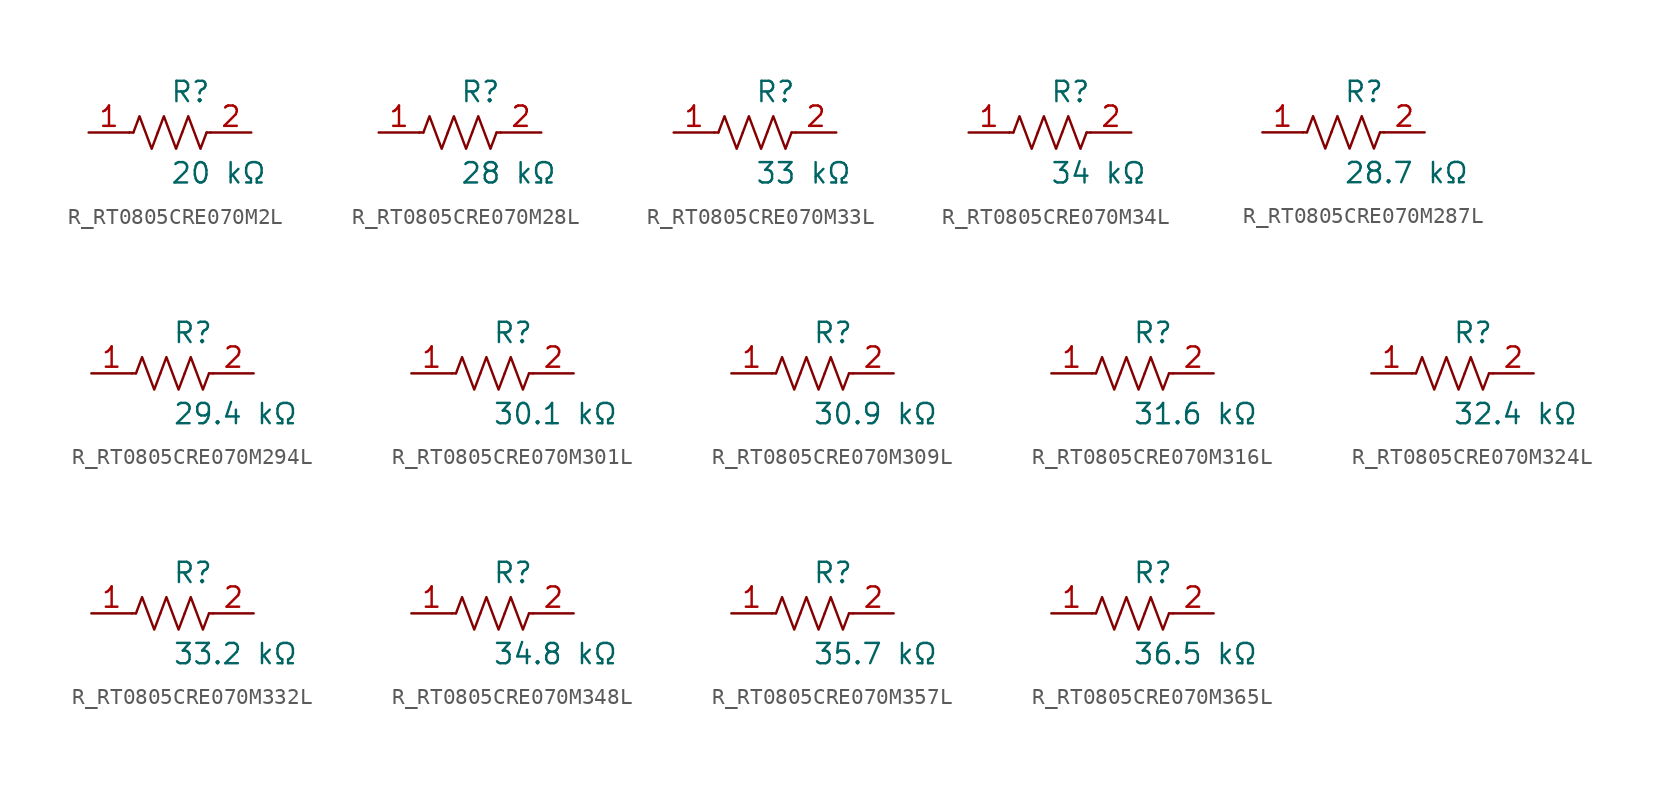
<source format=kicad_sym>
(kicad_symbol_lib
  (version 20231120)
  (generator kicad_symbol_editor)
  (generator_version 8.0)
  (symbol "R_RT0805CRE070M2L"
    (pin_names
      (offset 0.254))
    (property "Reference" "R"
      (at 0.0 2.54 0)
      (effects (font (size 1.27 1.27)) (justify left)))
    (property "Value" "20 kΩ"
      (at 0.0 -2.54 0)
      (effects (font (size 1.27 1.27)) (justify left)))
    (symbol "R_RT0805CRE070M2L_0_1"
      (polyline (pts (xy 2.286 0) (xy 2.54 0)) (stroke (width 0) (type default)) (fill (type none)))
      (polyline (pts (xy -2.286 0) (xy -2.54 0)) (stroke (width 0) (type default)) (fill (type none)))
      (polyline (pts (xy 0.762 0) (xy 1.143 1.016) (xy 1.524 0) (xy 1.905 -1.016) (xy 2.286 0)) (stroke (width 0) (type default)) (fill (type none)))
      (polyline (pts (xy -0.762 0) (xy -0.381 1.016) (xy 0 0) (xy 0.381 -1.016) (xy 0.762 0)) (stroke (width 0) (type default)) (fill (type none)))
      (polyline (pts (xy -2.286 0) (xy -1.905 1.016) (xy -1.524 0) (xy -1.143 -1.016) (xy -0.762 0)) (stroke (width 0) (type default)) (fill (type none))))
    (pin unspecified line
      (at -5.08 0 0)
      (length 2.54)
      (name "" (effects (font (size 1.27 1.27))))
      (number "1" (effects (font (size 1.27 1.27)))))
    (pin unspecified line
      (at 5.08 0 180)
      (length 2.54)
      (name "" (effects (font (size 1.27 1.27))))
      (number "2" (effects (font (size 1.27 1.27))))))
  (symbol "R_RT0805CRE070M28L"
    (pin_names
      (offset 0.254))
    (property "Reference" "R"
      (at 0.0 2.54 0)
      (effects (font (size 1.27 1.27)) (justify left)))
    (property "Value" "28 kΩ"
      (at 0.0 -2.54 0)
      (effects (font (size 1.27 1.27)) (justify left)))
    (symbol "R_RT0805CRE070M28L_0_1"
      (polyline (pts (xy 2.286 0) (xy 2.54 0)) (stroke (width 0) (type default)) (fill (type none)))
      (polyline (pts (xy -2.286 0) (xy -2.54 0)) (stroke (width 0) (type default)) (fill (type none)))
      (polyline (pts (xy 0.762 0) (xy 1.143 1.016) (xy 1.524 0) (xy 1.905 -1.016) (xy 2.286 0)) (stroke (width 0) (type default)) (fill (type none)))
      (polyline (pts (xy -0.762 0) (xy -0.381 1.016) (xy 0 0) (xy 0.381 -1.016) (xy 0.762 0)) (stroke (width 0) (type default)) (fill (type none)))
      (polyline (pts (xy -2.286 0) (xy -1.905 1.016) (xy -1.524 0) (xy -1.143 -1.016) (xy -0.762 0)) (stroke (width 0) (type default)) (fill (type none))))
    (pin unspecified line
      (at -5.08 0 0)
      (length 2.54)
      (name "" (effects (font (size 1.27 1.27))))
      (number "1" (effects (font (size 1.27 1.27)))))
    (pin unspecified line
      (at 5.08 0 180)
      (length 2.54)
      (name "" (effects (font (size 1.27 1.27))))
      (number "2" (effects (font (size 1.27 1.27))))))
  (symbol "R_RT0805CRE070M33L"
    (pin_names
      (offset 0.254))
    (property "Reference" "R"
      (at 0.0 2.54 0)
      (effects (font (size 1.27 1.27)) (justify left)))
    (property "Value" "33 kΩ"
      (at 0.0 -2.54 0)
      (effects (font (size 1.27 1.27)) (justify left)))
    (symbol "R_RT0805CRE070M33L_0_1"
      (polyline (pts (xy 2.286 0) (xy 2.54 0)) (stroke (width 0) (type default)) (fill (type none)))
      (polyline (pts (xy -2.286 0) (xy -2.54 0)) (stroke (width 0) (type default)) (fill (type none)))
      (polyline (pts (xy 0.762 0) (xy 1.143 1.016) (xy 1.524 0) (xy 1.905 -1.016) (xy 2.286 0)) (stroke (width 0) (type default)) (fill (type none)))
      (polyline (pts (xy -0.762 0) (xy -0.381 1.016) (xy 0 0) (xy 0.381 -1.016) (xy 0.762 0)) (stroke (width 0) (type default)) (fill (type none)))
      (polyline (pts (xy -2.286 0) (xy -1.905 1.016) (xy -1.524 0) (xy -1.143 -1.016) (xy -0.762 0)) (stroke (width 0) (type default)) (fill (type none))))
    (pin unspecified line
      (at -5.08 0 0)
      (length 2.54)
      (name "" (effects (font (size 1.27 1.27))))
      (number "1" (effects (font (size 1.27 1.27)))))
    (pin unspecified line
      (at 5.08 0 180)
      (length 2.54)
      (name "" (effects (font (size 1.27 1.27))))
      (number "2" (effects (font (size 1.27 1.27))))))
  (symbol "R_RT0805CRE070M34L"
    (pin_names
      (offset 0.254))
    (property "Reference" "R"
      (at 0.0 2.54 0)
      (effects (font (size 1.27 1.27)) (justify left)))
    (property "Value" "34 kΩ"
      (at 0.0 -2.54 0)
      (effects (font (size 1.27 1.27)) (justify left)))
    (symbol "R_RT0805CRE070M34L_0_1"
      (polyline (pts (xy 2.286 0) (xy 2.54 0)) (stroke (width 0) (type default)) (fill (type none)))
      (polyline (pts (xy -2.286 0) (xy -2.54 0)) (stroke (width 0) (type default)) (fill (type none)))
      (polyline (pts (xy 0.762 0) (xy 1.143 1.016) (xy 1.524 0) (xy 1.905 -1.016) (xy 2.286 0)) (stroke (width 0) (type default)) (fill (type none)))
      (polyline (pts (xy -0.762 0) (xy -0.381 1.016) (xy 0 0) (xy 0.381 -1.016) (xy 0.762 0)) (stroke (width 0) (type default)) (fill (type none)))
      (polyline (pts (xy -2.286 0) (xy -1.905 1.016) (xy -1.524 0) (xy -1.143 -1.016) (xy -0.762 0)) (stroke (width 0) (type default)) (fill (type none))))
    (pin unspecified line
      (at -5.08 0 0)
      (length 2.54)
      (name "" (effects (font (size 1.27 1.27))))
      (number "1" (effects (font (size 1.27 1.27)))))
    (pin unspecified line
      (at 5.08 0 180)
      (length 2.54)
      (name "" (effects (font (size 1.27 1.27))))
      (number "2" (effects (font (size 1.27 1.27))))))
  (symbol "R_RT0805CRE070M287L"
    (pin_names
      (offset 0.254))
    (property "Reference" "R"
      (at 0.0 2.54 0)
      (effects (font (size 1.27 1.27)) (justify left)))
    (property "Value" "28.7 kΩ"
      (at 0.0 -2.54 0)
      (effects (font (size 1.27 1.27)) (justify left)))
    (symbol "R_RT0805CRE070M287L_0_1"
      (polyline (pts (xy 2.286 0) (xy 2.54 0)) (stroke (width 0) (type default)) (fill (type none)))
      (polyline (pts (xy -2.286 0) (xy -2.54 0)) (stroke (width 0) (type default)) (fill (type none)))
      (polyline (pts (xy 0.762 0) (xy 1.143 1.016) (xy 1.524 0) (xy 1.905 -1.016) (xy 2.286 0)) (stroke (width 0) (type default)) (fill (type none)))
      (polyline (pts (xy -0.762 0) (xy -0.381 1.016) (xy 0 0) (xy 0.381 -1.016) (xy 0.762 0)) (stroke (width 0) (type default)) (fill (type none)))
      (polyline (pts (xy -2.286 0) (xy -1.905 1.016) (xy -1.524 0) (xy -1.143 -1.016) (xy -0.762 0)) (stroke (width 0) (type default)) (fill (type none))))
    (pin unspecified line
      (at -5.08 0 0)
      (length 2.54)
      (name "" (effects (font (size 1.27 1.27))))
      (number "1" (effects (font (size 1.27 1.27)))))
    (pin unspecified line
      (at 5.08 0 180)
      (length 2.54)
      (name "" (effects (font (size 1.27 1.27))))
      (number "2" (effects (font (size 1.27 1.27))))))
  (symbol "R_RT0805CRE070M294L"
    (pin_names
      (offset 0.254))
    (property "Reference" "R"
      (at 0.0 2.54 0)
      (effects (font (size 1.27 1.27)) (justify left)))
    (property "Value" "29.4 kΩ"
      (at 0.0 -2.54 0)
      (effects (font (size 1.27 1.27)) (justify left)))
    (symbol "R_RT0805CRE070M294L_0_1"
      (polyline (pts (xy 2.286 0) (xy 2.54 0)) (stroke (width 0) (type default)) (fill (type none)))
      (polyline (pts (xy -2.286 0) (xy -2.54 0)) (stroke (width 0) (type default)) (fill (type none)))
      (polyline (pts (xy 0.762 0) (xy 1.143 1.016) (xy 1.524 0) (xy 1.905 -1.016) (xy 2.286 0)) (stroke (width 0) (type default)) (fill (type none)))
      (polyline (pts (xy -0.762 0) (xy -0.381 1.016) (xy 0 0) (xy 0.381 -1.016) (xy 0.762 0)) (stroke (width 0) (type default)) (fill (type none)))
      (polyline (pts (xy -2.286 0) (xy -1.905 1.016) (xy -1.524 0) (xy -1.143 -1.016) (xy -0.762 0)) (stroke (width 0) (type default)) (fill (type none))))
    (pin unspecified line
      (at -5.08 0 0)
      (length 2.54)
      (name "" (effects (font (size 1.27 1.27))))
      (number "1" (effects (font (size 1.27 1.27)))))
    (pin unspecified line
      (at 5.08 0 180)
      (length 2.54)
      (name "" (effects (font (size 1.27 1.27))))
      (number "2" (effects (font (size 1.27 1.27))))))
  (symbol "R_RT0805CRE070M301L"
    (pin_names
      (offset 0.254))
    (property "Reference" "R"
      (at 0.0 2.54 0)
      (effects (font (size 1.27 1.27)) (justify left)))
    (property "Value" "30.1 kΩ"
      (at 0.0 -2.54 0)
      (effects (font (size 1.27 1.27)) (justify left)))
    (symbol "R_RT0805CRE070M301L_0_1"
      (polyline (pts (xy 2.286 0) (xy 2.54 0)) (stroke (width 0) (type default)) (fill (type none)))
      (polyline (pts (xy -2.286 0) (xy -2.54 0)) (stroke (width 0) (type default)) (fill (type none)))
      (polyline (pts (xy 0.762 0) (xy 1.143 1.016) (xy 1.524 0) (xy 1.905 -1.016) (xy 2.286 0)) (stroke (width 0) (type default)) (fill (type none)))
      (polyline (pts (xy -0.762 0) (xy -0.381 1.016) (xy 0 0) (xy 0.381 -1.016) (xy 0.762 0)) (stroke (width 0) (type default)) (fill (type none)))
      (polyline (pts (xy -2.286 0) (xy -1.905 1.016) (xy -1.524 0) (xy -1.143 -1.016) (xy -0.762 0)) (stroke (width 0) (type default)) (fill (type none))))
    (pin unspecified line
      (at -5.08 0 0)
      (length 2.54)
      (name "" (effects (font (size 1.27 1.27))))
      (number "1" (effects (font (size 1.27 1.27)))))
    (pin unspecified line
      (at 5.08 0 180)
      (length 2.54)
      (name "" (effects (font (size 1.27 1.27))))
      (number "2" (effects (font (size 1.27 1.27))))))
  (symbol "R_RT0805CRE070M309L"
    (pin_names
      (offset 0.254))
    (property "Reference" "R"
      (at 0.0 2.54 0)
      (effects (font (size 1.27 1.27)) (justify left)))
    (property "Value" "30.9 kΩ"
      (at 0.0 -2.54 0)
      (effects (font (size 1.27 1.27)) (justify left)))
    (symbol "R_RT0805CRE070M309L_0_1"
      (polyline (pts (xy 2.286 0) (xy 2.54 0)) (stroke (width 0) (type default)) (fill (type none)))
      (polyline (pts (xy -2.286 0) (xy -2.54 0)) (stroke (width 0) (type default)) (fill (type none)))
      (polyline (pts (xy 0.762 0) (xy 1.143 1.016) (xy 1.524 0) (xy 1.905 -1.016) (xy 2.286 0)) (stroke (width 0) (type default)) (fill (type none)))
      (polyline (pts (xy -0.762 0) (xy -0.381 1.016) (xy 0 0) (xy 0.381 -1.016) (xy 0.762 0)) (stroke (width 0) (type default)) (fill (type none)))
      (polyline (pts (xy -2.286 0) (xy -1.905 1.016) (xy -1.524 0) (xy -1.143 -1.016) (xy -0.762 0)) (stroke (width 0) (type default)) (fill (type none))))
    (pin unspecified line
      (at -5.08 0 0)
      (length 2.54)
      (name "" (effects (font (size 1.27 1.27))))
      (number "1" (effects (font (size 1.27 1.27)))))
    (pin unspecified line
      (at 5.08 0 180)
      (length 2.54)
      (name "" (effects (font (size 1.27 1.27))))
      (number "2" (effects (font (size 1.27 1.27))))))
  (symbol "R_RT0805CRE070M316L"
    (pin_names
      (offset 0.254))
    (property "Reference" "R"
      (at 0.0 2.54 0)
      (effects (font (size 1.27 1.27)) (justify left)))
    (property "Value" "31.6 kΩ"
      (at 0.0 -2.54 0)
      (effects (font (size 1.27 1.27)) (justify left)))
    (symbol "R_RT0805CRE070M316L_0_1"
      (polyline (pts (xy 2.286 0) (xy 2.54 0)) (stroke (width 0) (type default)) (fill (type none)))
      (polyline (pts (xy -2.286 0) (xy -2.54 0)) (stroke (width 0) (type default)) (fill (type none)))
      (polyline (pts (xy 0.762 0) (xy 1.143 1.016) (xy 1.524 0) (xy 1.905 -1.016) (xy 2.286 0)) (stroke (width 0) (type default)) (fill (type none)))
      (polyline (pts (xy -0.762 0) (xy -0.381 1.016) (xy 0 0) (xy 0.381 -1.016) (xy 0.762 0)) (stroke (width 0) (type default)) (fill (type none)))
      (polyline (pts (xy -2.286 0) (xy -1.905 1.016) (xy -1.524 0) (xy -1.143 -1.016) (xy -0.762 0)) (stroke (width 0) (type default)) (fill (type none))))
    (pin unspecified line
      (at -5.08 0 0)
      (length 2.54)
      (name "" (effects (font (size 1.27 1.27))))
      (number "1" (effects (font (size 1.27 1.27)))))
    (pin unspecified line
      (at 5.08 0 180)
      (length 2.54)
      (name "" (effects (font (size 1.27 1.27))))
      (number "2" (effects (font (size 1.27 1.27))))))
  (symbol "R_RT0805CRE070M324L"
    (pin_names
      (offset 0.254))
    (property "Reference" "R"
      (at 0.0 2.54 0)
      (effects (font (size 1.27 1.27)) (justify left)))
    (property "Value" "32.4 kΩ"
      (at 0.0 -2.54 0)
      (effects (font (size 1.27 1.27)) (justify left)))
    (symbol "R_RT0805CRE070M324L_0_1"
      (polyline (pts (xy 2.286 0) (xy 2.54 0)) (stroke (width 0) (type default)) (fill (type none)))
      (polyline (pts (xy -2.286 0) (xy -2.54 0)) (stroke (width 0) (type default)) (fill (type none)))
      (polyline (pts (xy 0.762 0) (xy 1.143 1.016) (xy 1.524 0) (xy 1.905 -1.016) (xy 2.286 0)) (stroke (width 0) (type default)) (fill (type none)))
      (polyline (pts (xy -0.762 0) (xy -0.381 1.016) (xy 0 0) (xy 0.381 -1.016) (xy 0.762 0)) (stroke (width 0) (type default)) (fill (type none)))
      (polyline (pts (xy -2.286 0) (xy -1.905 1.016) (xy -1.524 0) (xy -1.143 -1.016) (xy -0.762 0)) (stroke (width 0) (type default)) (fill (type none))))
    (pin unspecified line
      (at -5.08 0 0)
      (length 2.54)
      (name "" (effects (font (size 1.27 1.27))))
      (number "1" (effects (font (size 1.27 1.27)))))
    (pin unspecified line
      (at 5.08 0 180)
      (length 2.54)
      (name "" (effects (font (size 1.27 1.27))))
      (number "2" (effects (font (size 1.27 1.27))))))
  (symbol "R_RT0805CRE070M332L"
    (pin_names
      (offset 0.254))
    (property "Reference" "R"
      (at 0.0 2.54 0)
      (effects (font (size 1.27 1.27)) (justify left)))
    (property "Value" "33.2 kΩ"
      (at 0.0 -2.54 0)
      (effects (font (size 1.27 1.27)) (justify left)))
    (symbol "R_RT0805CRE070M332L_0_1"
      (polyline (pts (xy 2.286 0) (xy 2.54 0)) (stroke (width 0) (type default)) (fill (type none)))
      (polyline (pts (xy -2.286 0) (xy -2.54 0)) (stroke (width 0) (type default)) (fill (type none)))
      (polyline (pts (xy 0.762 0) (xy 1.143 1.016) (xy 1.524 0) (xy 1.905 -1.016) (xy 2.286 0)) (stroke (width 0) (type default)) (fill (type none)))
      (polyline (pts (xy -0.762 0) (xy -0.381 1.016) (xy 0 0) (xy 0.381 -1.016) (xy 0.762 0)) (stroke (width 0) (type default)) (fill (type none)))
      (polyline (pts (xy -2.286 0) (xy -1.905 1.016) (xy -1.524 0) (xy -1.143 -1.016) (xy -0.762 0)) (stroke (width 0) (type default)) (fill (type none))))
    (pin unspecified line
      (at -5.08 0 0)
      (length 2.54)
      (name "" (effects (font (size 1.27 1.27))))
      (number "1" (effects (font (size 1.27 1.27)))))
    (pin unspecified line
      (at 5.08 0 180)
      (length 2.54)
      (name "" (effects (font (size 1.27 1.27))))
      (number "2" (effects (font (size 1.27 1.27))))))
  (symbol "R_RT0805CRE070M348L"
    (pin_names
      (offset 0.254))
    (property "Reference" "R"
      (at 0.0 2.54 0)
      (effects (font (size 1.27 1.27)) (justify left)))
    (property "Value" "34.8 kΩ"
      (at 0.0 -2.54 0)
      (effects (font (size 1.27 1.27)) (justify left)))
    (symbol "R_RT0805CRE070M348L_0_1"
      (polyline (pts (xy 2.286 0) (xy 2.54 0)) (stroke (width 0) (type default)) (fill (type none)))
      (polyline (pts (xy -2.286 0) (xy -2.54 0)) (stroke (width 0) (type default)) (fill (type none)))
      (polyline (pts (xy 0.762 0) (xy 1.143 1.016) (xy 1.524 0) (xy 1.905 -1.016) (xy 2.286 0)) (stroke (width 0) (type default)) (fill (type none)))
      (polyline (pts (xy -0.762 0) (xy -0.381 1.016) (xy 0 0) (xy 0.381 -1.016) (xy 0.762 0)) (stroke (width 0) (type default)) (fill (type none)))
      (polyline (pts (xy -2.286 0) (xy -1.905 1.016) (xy -1.524 0) (xy -1.143 -1.016) (xy -0.762 0)) (stroke (width 0) (type default)) (fill (type none))))
    (pin unspecified line
      (at -5.08 0 0)
      (length 2.54)
      (name "" (effects (font (size 1.27 1.27))))
      (number "1" (effects (font (size 1.27 1.27)))))
    (pin unspecified line
      (at 5.08 0 180)
      (length 2.54)
      (name "" (effects (font (size 1.27 1.27))))
      (number "2" (effects (font (size 1.27 1.27))))))
  (symbol "R_RT0805CRE070M357L"
    (pin_names
      (offset 0.254))
    (property "Reference" "R"
      (at 0.0 2.54 0)
      (effects (font (size 1.27 1.27)) (justify left)))
    (property "Value" "35.7 kΩ"
      (at 0.0 -2.54 0)
      (effects (font (size 1.27 1.27)) (justify left)))
    (symbol "R_RT0805CRE070M357L_0_1"
      (polyline (pts (xy 2.286 0) (xy 2.54 0)) (stroke (width 0) (type default)) (fill (type none)))
      (polyline (pts (xy -2.286 0) (xy -2.54 0)) (stroke (width 0) (type default)) (fill (type none)))
      (polyline (pts (xy 0.762 0) (xy 1.143 1.016) (xy 1.524 0) (xy 1.905 -1.016) (xy 2.286 0)) (stroke (width 0) (type default)) (fill (type none)))
      (polyline (pts (xy -0.762 0) (xy -0.381 1.016) (xy 0 0) (xy 0.381 -1.016) (xy 0.762 0)) (stroke (width 0) (type default)) (fill (type none)))
      (polyline (pts (xy -2.286 0) (xy -1.905 1.016) (xy -1.524 0) (xy -1.143 -1.016) (xy -0.762 0)) (stroke (width 0) (type default)) (fill (type none))))
    (pin unspecified line
      (at -5.08 0 0)
      (length 2.54)
      (name "" (effects (font (size 1.27 1.27))))
      (number "1" (effects (font (size 1.27 1.27)))))
    (pin unspecified line
      (at 5.08 0 180)
      (length 2.54)
      (name "" (effects (font (size 1.27 1.27))))
      (number "2" (effects (font (size 1.27 1.27))))))
  (symbol "R_RT0805CRE070M365L"
    (pin_names
      (offset 0.254))
    (property "Reference" "R"
      (at 0.0 2.54 0)
      (effects (font (size 1.27 1.27)) (justify left)))
    (property "Value" "36.5 kΩ"
      (at 0.0 -2.54 0)
      (effects (font (size 1.27 1.27)) (justify left)))
    (symbol "R_RT0805CRE070M365L_0_1"
      (polyline (pts (xy 2.286 0) (xy 2.54 0)) (stroke (width 0) (type default)) (fill (type none)))
      (polyline (pts (xy -2.286 0) (xy -2.54 0)) (stroke (width 0) (type default)) (fill (type none)))
      (polyline (pts (xy 0.762 0) (xy 1.143 1.016) (xy 1.524 0) (xy 1.905 -1.016) (xy 2.286 0)) (stroke (width 0) (type default)) (fill (type none)))
      (polyline (pts (xy -0.762 0) (xy -0.381 1.016) (xy 0 0) (xy 0.381 -1.016) (xy 0.762 0)) (stroke (width 0) (type default)) (fill (type none)))
      (polyline (pts (xy -2.286 0) (xy -1.905 1.016) (xy -1.524 0) (xy -1.143 -1.016) (xy -0.762 0)) (stroke (width 0) (type default)) (fill (type none))))
    (pin unspecified line
      (at -5.08 0 0)
      (length 2.54)
      (name "" (effects (font (size 1.27 1.27))))
      (number "1" (effects (font (size 1.27 1.27)))))
    (pin unspecified line
      (at 5.08 0 180)
      (length 2.54)
      (name "" (effects (font (size 1.27 1.27))))
      (number "2" (effects (font (size 1.27 1.27)))))))
</source>
